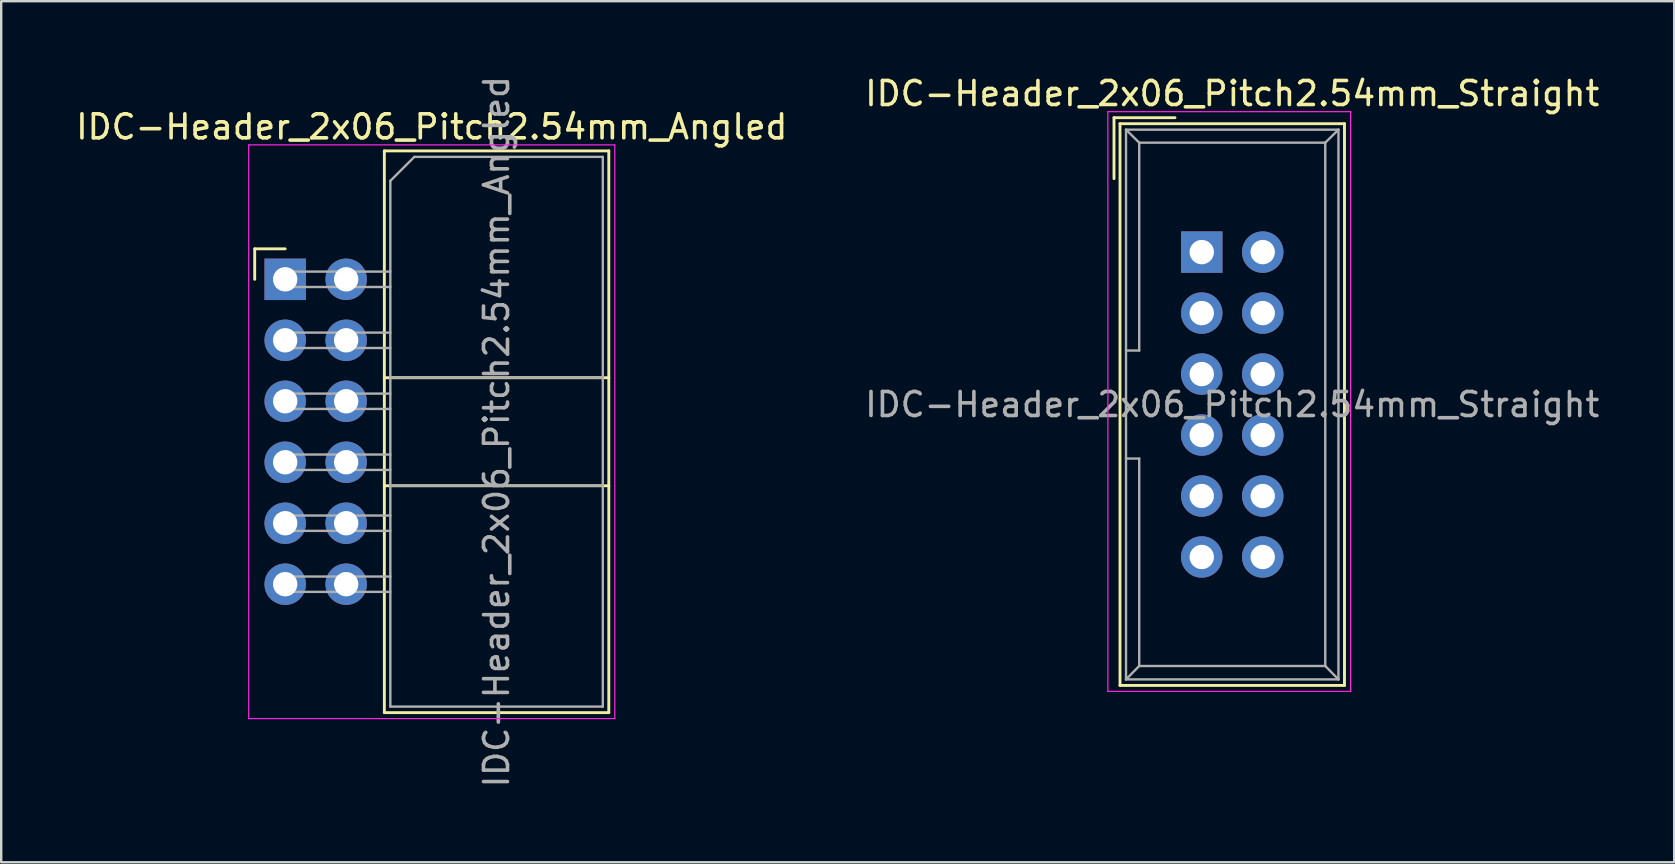
<source format=kicad_pcb>
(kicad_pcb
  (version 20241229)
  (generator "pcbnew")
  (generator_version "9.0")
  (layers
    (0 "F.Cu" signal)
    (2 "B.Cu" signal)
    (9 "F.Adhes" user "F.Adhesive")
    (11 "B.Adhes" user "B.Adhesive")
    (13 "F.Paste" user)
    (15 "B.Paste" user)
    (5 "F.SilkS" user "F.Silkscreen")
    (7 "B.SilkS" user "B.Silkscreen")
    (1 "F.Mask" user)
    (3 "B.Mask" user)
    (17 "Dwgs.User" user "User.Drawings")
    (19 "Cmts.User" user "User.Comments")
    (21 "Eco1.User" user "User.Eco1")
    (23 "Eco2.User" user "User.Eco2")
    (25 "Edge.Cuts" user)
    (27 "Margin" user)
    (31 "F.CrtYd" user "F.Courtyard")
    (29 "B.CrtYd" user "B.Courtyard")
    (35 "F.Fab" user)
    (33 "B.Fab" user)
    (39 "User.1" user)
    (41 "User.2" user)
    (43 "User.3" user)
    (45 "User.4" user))
  (footprint "IDC-Header_2x06_Pitch2.54mm_Straight"
    (layer "F.Cu")
    (at 47.01 7.452)
    (property "Reference" "IDC-Header_2x06_Pitch2.54mm_Straight" (at 1.27 -6.604 0) (layer "F.SilkS") (effects (font (size 1 1) (thickness 0.15))))
    (attr through_hole)
    (fp_line (start -3.655 -5.6) (end -3.655 -3.06) (stroke (width 0.12) (type solid)) (layer "F.SilkS"))
    (fp_line (start -3.655 -5.6) (end -1.115 -5.6) (stroke (width 0.12) (type solid)) (layer "F.SilkS"))
    (fp_line (start -3.405 -5.35) (end 5.945 -5.35) (stroke (width 0.12) (type solid)) (layer "F.SilkS"))
    (fp_line (start -3.405 18.05) (end -3.405 -5.35) (stroke (width 0.12) (type solid)) (layer "F.SilkS"))
    (fp_line (start 5.945 -5.35) (end 5.945 18.05) (stroke (width 0.12) (type solid)) (layer "F.SilkS"))
    (fp_line (start 5.945 18.05) (end -3.405 18.05) (stroke (width 0.12) (type solid)) (layer "F.SilkS"))
    (fp_line (start -3.91 -5.85) (end 6.2 -5.85) (stroke (width 0.05) (type solid)) (layer "F.CrtYd"))
    (fp_line (start -3.91 18.3) (end -3.91 -5.85) (stroke (width 0.05) (type solid)) (layer "F.CrtYd"))
    (fp_line (start 6.2 -5.85) (end 6.2 18.3) (stroke (width 0.05) (type solid)) (layer "F.CrtYd"))
    (fp_line (start 6.2 18.3) (end -3.91 18.3) (stroke (width 0.05) (type solid)) (layer "F.CrtYd"))
    (fp_line (start -3.155 -5.1) (end -3.155 17.8) (stroke (width 0.1) (type solid)) (layer "F.Fab"))
    (fp_line (start -3.155 -5.1) (end -2.605 -4.56) (stroke (width 0.1) (type solid)) (layer "F.Fab"))
    (fp_line (start -3.155 17.8) (end -2.605 17.24) (stroke (width 0.1) (type solid)) (layer "F.Fab"))
    (fp_line (start -2.605 -4.56) (end -2.605 4.1) (stroke (width 0.1) (type solid)) (layer "F.Fab"))
    (fp_line (start -2.605 4.1) (end -3.155 4.1) (stroke (width 0.1) (type solid)) (layer "F.Fab"))
    (fp_line (start -2.605 8.6) (end -3.155 8.6) (stroke (width 0.1) (type solid)) (layer "F.Fab"))
    (fp_line (start -2.605 8.6) (end -2.605 17.24) (stroke (width 0.1) (type solid)) (layer "F.Fab"))
    (fp_line (start 5.145 -4.56) (end -2.605 -4.56) (stroke (width 0.1) (type solid)) (layer "F.Fab"))
    (fp_line (start 5.145 -4.56) (end 5.145 17.24) (stroke (width 0.1) (type solid)) (layer "F.Fab"))
    (fp_line (start 5.145 17.24) (end -2.605 17.24) (stroke (width 0.1) (type solid)) (layer "F.Fab"))
    (fp_line (start 5.695 -5.1) (end -3.155 -5.1) (stroke (width 0.1) (type solid)) (layer "F.Fab"))
    (fp_line (start 5.695 -5.1) (end 5.145 -4.56) (stroke (width 0.1) (type solid)) (layer "F.Fab"))
    (fp_line (start 5.695 -5.1) (end 5.695 17.8) (stroke (width 0.1) (type solid)) (layer "F.Fab"))
    (fp_line (start 5.695 17.8) (end -3.155 17.8) (stroke (width 0.1) (type solid)) (layer "F.Fab"))
    (fp_line (start 5.695 17.8) (end 5.145 17.24) (stroke (width 0.1) (type solid)) (layer "F.Fab"))
    (fp_text user "${REFERENCE}" (at 1.27 6.35 0) (layer "F.Fab") (effects (font (size 1 1) (thickness 0.15))))
    (pad "1" thru_hole rect (at 0 0) (size 1.727 1.727) (drill 1.016) (layers "*.Cu" "*.Mask"))
    (pad "2" thru_hole oval (at 2.54 0) (size 1.727 1.727) (drill 1.016) (layers "*.Cu" "*.Mask"))
    (pad "3" thru_hole oval (at 0 2.54) (size 1.727 1.727) (drill 1.016) (layers "*.Cu" "*.Mask"))
    (pad "4" thru_hole oval (at 2.54 2.54) (size 1.727 1.727) (drill 1.016) (layers "*.Cu" "*.Mask"))
    (pad "5" thru_hole oval (at 0 5.08) (size 1.727 1.727) (drill 1.016) (layers "*.Cu" "*.Mask"))
    (pad "6" thru_hole oval (at 2.54 5.08) (size 1.727 1.727) (drill 1.016) (layers "*.Cu" "*.Mask"))
    (pad "7" thru_hole oval (at 0 7.62) (size 1.727 1.727) (drill 1.016) (layers "*.Cu" "*.Mask"))
    (pad "8" thru_hole oval (at 2.54 7.62) (size 1.727 1.727) (drill 1.016) (layers "*.Cu" "*.Mask"))
    (pad "9" thru_hole oval (at 0 10.16) (size 1.727 1.727) (drill 1.016) (layers "*.Cu" "*.Mask"))
    (pad "10" thru_hole oval (at 2.54 10.16) (size 1.727 1.727) (drill 1.016) (layers "*.Cu" "*.Mask"))
    (pad "11" thru_hole oval (at 0 12.7) (size 1.727 1.727) (drill 1.016) (layers "*.Cu" "*.Mask"))
    (pad "12" thru_hole oval (at 2.54 12.7) (size 1.727 1.727) (drill 1.016) (layers "*.Cu" "*.Mask")))
  (footprint "IDC-Header_2x06_Pitch2.54mm_Angled"
    (layer "F.Cu")
    (at 8.83 8.585)
    (property "Reference" "IDC-Header_2x06_Pitch2.54mm_Angled" (at 6.105 -6.35 0) (layer "F.SilkS") (effects (font (size 1 1) (thickness 0.15))))
    (attr through_hole)
    (fp_line (start -1.27 -1.27) (end -1.27 0) (stroke (width 0.12) (type solid)) (layer "F.SilkS"))
    (fp_line (start 0 -1.27) (end -1.27 -1.27) (stroke (width 0.12) (type solid)) (layer "F.SilkS"))
    (fp_line (start 4.13 -5.35) (end 13.48 -5.35) (stroke (width 0.12) (type solid)) (layer "F.SilkS"))
    (fp_line (start 4.13 4.1) (end 13.48 4.1) (stroke (width 0.12) (type solid)) (layer "F.SilkS"))
    (fp_line (start 4.13 8.6) (end 13.48 8.6) (stroke (width 0.12) (type solid)) (layer "F.SilkS"))
    (fp_line (start 4.13 18.05) (end 4.13 -5.35) (stroke (width 0.12) (type solid)) (layer "F.SilkS"))
    (fp_line (start 4.13 18.05) (end 13.48 18.05) (stroke (width 0.12) (type solid)) (layer "F.SilkS"))
    (fp_line (start 13.48 -5.35) (end 13.48 18.05) (stroke (width 0.12) (type solid)) (layer "F.SilkS"))
    (fp_line (start -1.52 -5.6) (end 13.73 -5.6) (stroke (width 0.05) (type solid)) (layer "F.CrtYd"))
    (fp_line (start -1.52 18.3) (end -1.52 -5.6) (stroke (width 0.05) (type solid)) (layer "F.CrtYd"))
    (fp_line (start 13.73 -5.6) (end 13.73 18.3) (stroke (width 0.05) (type solid)) (layer "F.CrtYd"))
    (fp_line (start 13.73 18.3) (end -1.52 18.3) (stroke (width 0.05) (type solid)) (layer "F.CrtYd"))
    (fp_line (start -0.32 -0.32) (end -0.32 0.32) (stroke (width 0.1) (type solid)) (layer "F.Fab"))
    (fp_line (start -0.32 0.32) (end 4.38 0.32) (stroke (width 0.1) (type solid)) (layer "F.Fab"))
    (fp_line (start -0.32 2.22) (end -0.32 2.86) (stroke (width 0.1) (type solid)) (layer "F.Fab"))
    (fp_line (start -0.32 2.86) (end 4.38 2.86) (stroke (width 0.1) (type solid)) (layer "F.Fab"))
    (fp_line (start -0.32 4.76) (end -0.32 5.4) (stroke (width 0.1) (type solid)) (layer "F.Fab"))
    (fp_line (start -0.32 5.4) (end 4.38 5.4) (stroke (width 0.1) (type solid)) (layer "F.Fab"))
    (fp_line (start -0.32 7.3) (end -0.32 7.94) (stroke (width 0.1) (type solid)) (layer "F.Fab"))
    (fp_line (start -0.32 7.94) (end 4.38 7.94) (stroke (width 0.1) (type solid)) (layer "F.Fab"))
    (fp_line (start -0.32 9.84) (end -0.32 10.48) (stroke (width 0.1) (type solid)) (layer "F.Fab"))
    (fp_line (start -0.32 10.48) (end 4.38 10.48) (stroke (width 0.1) (type solid)) (layer "F.Fab"))
    (fp_line (start -0.32 12.38) (end -0.32 13.02) (stroke (width 0.1) (type solid)) (layer "F.Fab"))
    (fp_line (start -0.32 13.02) (end 4.38 13.02) (stroke (width 0.1) (type solid)) (layer "F.Fab"))
    (fp_line (start 4.38 -4.1) (end 5.38 -5.1) (stroke (width 0.1) (type solid)) (layer "F.Fab"))
    (fp_line (start 4.38 -0.32) (end -0.32 -0.32) (stroke (width 0.1) (type solid)) (layer "F.Fab"))
    (fp_line (start 4.38 2.22) (end -0.32 2.22) (stroke (width 0.1) (type solid)) (layer "F.Fab"))
    (fp_line (start 4.38 4.1) (end 13.23 4.1) (stroke (width 0.1) (type solid)) (layer "F.Fab"))
    (fp_line (start 4.38 4.76) (end -0.32 4.76) (stroke (width 0.1) (type solid)) (layer "F.Fab"))
    (fp_line (start 4.38 7.3) (end -0.32 7.3) (stroke (width 0.1) (type solid)) (layer "F.Fab"))
    (fp_line (start 4.38 8.6) (end 13.23 8.6) (stroke (width 0.1) (type solid)) (layer "F.Fab"))
    (fp_line (start 4.38 9.84) (end -0.32 9.84) (stroke (width 0.1) (type solid)) (layer "F.Fab"))
    (fp_line (start 4.38 12.38) (end -0.32 12.38) (stroke (width 0.1) (type solid)) (layer "F.Fab"))
    (fp_line (start 4.38 17.8) (end 4.38 -4.1) (stroke (width 0.1) (type solid)) (layer "F.Fab"))
    (fp_line (start 4.38 17.8) (end 13.23 17.8) (stroke (width 0.1) (type solid)) (layer "F.Fab"))
    (fp_line (start 5.38 -5.1) (end 13.23 -5.1) (stroke (width 0.1) (type solid)) (layer "F.Fab"))
    (fp_line (start 13.23 17.8) (end 13.23 -5.1) (stroke (width 0.1) (type solid)) (layer "F.Fab"))
    (fp_text user "${REFERENCE}" (at 8.805 6.35 90) (layer "F.Fab") (effects (font (size 1 1) (thickness 0.15))))
    (pad "1" thru_hole rect (at 0 0) (size 1.727 1.727) (drill 1.016) (layers "*.Cu" "*.Mask"))
    (pad "2" thru_hole oval (at 2.54 0) (size 1.727 1.727) (drill 1.016) (layers "*.Cu" "*.Mask"))
    (pad "3" thru_hole oval (at 0 2.54) (size 1.727 1.727) (drill 1.016) (layers "*.Cu" "*.Mask"))
    (pad "4" thru_hole oval (at 2.54 2.54) (size 1.727 1.727) (drill 1.016) (layers "*.Cu" "*.Mask"))
    (pad "5" thru_hole oval (at 0 5.08) (size 1.727 1.727) (drill 1.016) (layers "*.Cu" "*.Mask"))
    (pad "6" thru_hole oval (at 2.54 5.08) (size 1.727 1.727) (drill 1.016) (layers "*.Cu" "*.Mask"))
    (pad "7" thru_hole oval (at 0 7.62) (size 1.727 1.727) (drill 1.016) (layers "*.Cu" "*.Mask"))
    (pad "8" thru_hole oval (at 2.54 7.62) (size 1.727 1.727) (drill 1.016) (layers "*.Cu" "*.Mask"))
    (pad "9" thru_hole oval (at 0 10.16) (size 1.727 1.727) (drill 1.016) (layers "*.Cu" "*.Mask"))
    (pad "10" thru_hole oval (at 2.54 10.16) (size 1.727 1.727) (drill 1.016) (layers "*.Cu" "*.Mask"))
    (pad "11" thru_hole oval (at 0 12.7) (size 1.727 1.727) (drill 1.016) (layers "*.Cu" "*.Mask"))
    (pad "12" thru_hole oval (at 2.54 12.7) (size 1.727 1.727) (drill 1.016) (layers "*.Cu" "*.Mask")))
  (gr_rect
    (start -3 -3)
    (end 66.69 32.869)
    (stroke (width 0.1) (type default))
    (fill no)
    (layer "Edge.Cuts")))
</source>
